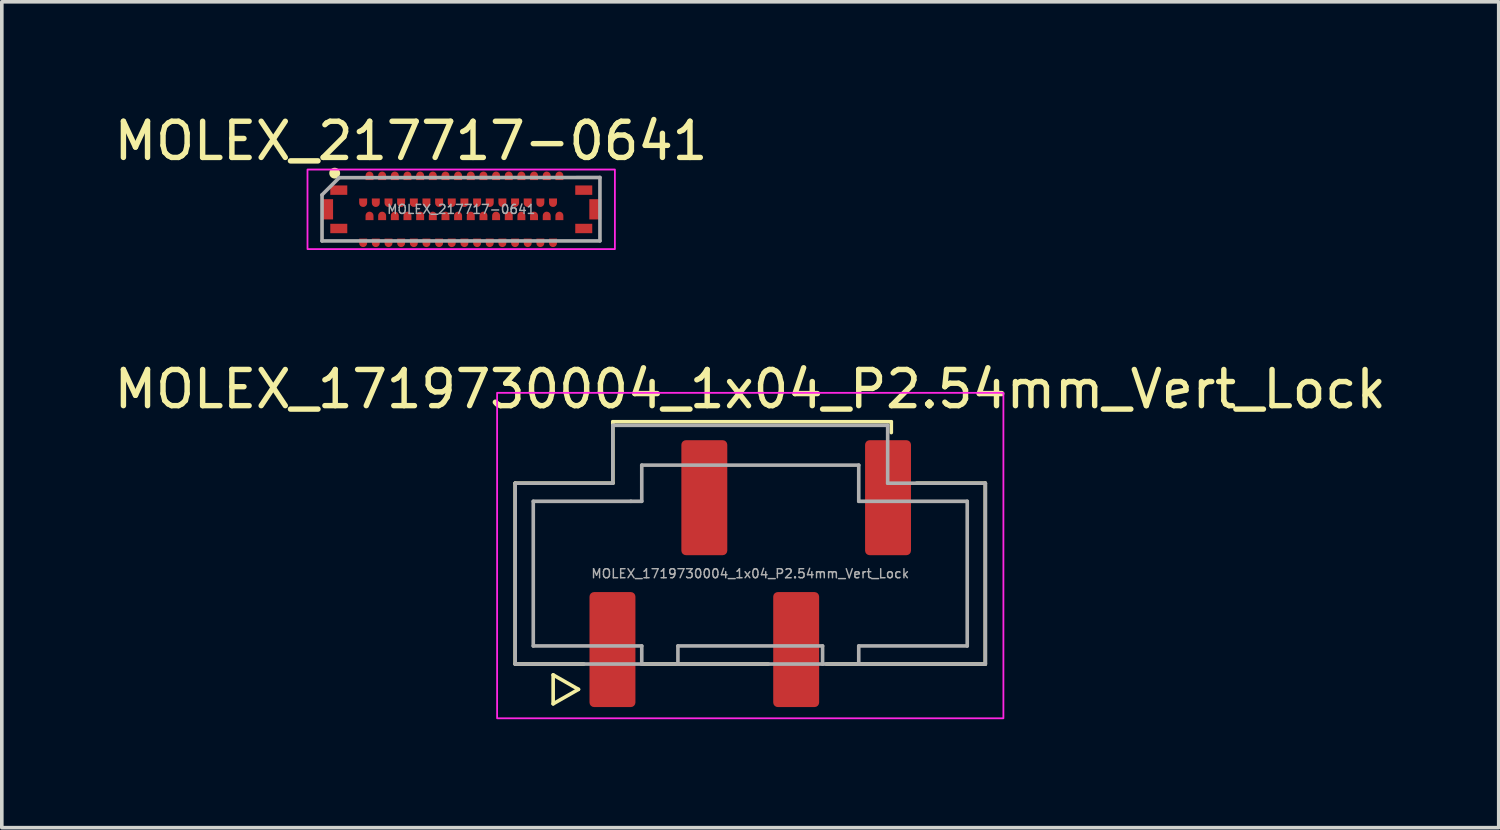
<source format=kicad_pcb>
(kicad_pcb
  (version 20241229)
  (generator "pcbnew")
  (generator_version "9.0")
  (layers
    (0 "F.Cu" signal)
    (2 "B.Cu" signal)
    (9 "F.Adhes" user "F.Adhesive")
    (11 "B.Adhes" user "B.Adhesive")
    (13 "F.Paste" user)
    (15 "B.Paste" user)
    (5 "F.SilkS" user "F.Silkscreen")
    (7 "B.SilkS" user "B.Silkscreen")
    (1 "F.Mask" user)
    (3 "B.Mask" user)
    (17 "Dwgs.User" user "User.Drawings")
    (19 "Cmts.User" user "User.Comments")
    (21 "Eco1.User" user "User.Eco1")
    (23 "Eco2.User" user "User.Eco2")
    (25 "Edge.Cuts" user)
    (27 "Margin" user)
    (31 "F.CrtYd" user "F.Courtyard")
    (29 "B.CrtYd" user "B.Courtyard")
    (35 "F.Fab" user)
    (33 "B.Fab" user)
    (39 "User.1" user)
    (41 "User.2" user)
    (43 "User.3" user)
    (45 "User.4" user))
  (footprint "MOLEX_1719730004_1x04_P2.54mm_Vert_Lock"
    (layer "F.Cu")
    (at 17.696 12.812)
    (property "Reference" "MOLEX_1719730004_1x04_P2.54mm_Vert_Lock" (at 0 -5.1 0) (unlocked yes) (layer "F.SilkS") (effects (font (size 1 1) (thickness 0.15))))
    (attr smd)
    (fp_line (start -6.5 -2.5) (end -3.8 -2.5) (stroke (width 0.1) (type default)) (layer "F.SilkS"))
    (fp_line (start -6.5 2.5) (end -6.5 -2.5) (stroke (width 0.1) (type default)) (layer "F.SilkS"))
    (fp_line (start -6.5 2.5) (end -4.6 2.5) (stroke (width 0.1) (type default)) (layer "F.SilkS"))
    (fp_line (start -5.45 2.8) (end -5.45 3.6) (stroke (width 0.1) (type default)) (layer "F.SilkS"))
    (fp_line (start -5.45 3.6) (end -4.75 3.2) (stroke (width 0.1) (type default)) (layer "F.SilkS"))
    (fp_line (start -4.75 3.2) (end -5.45 2.8) (stroke (width 0.1) (type default)) (layer "F.SilkS"))
    (fp_line (start -3.8 -4.2) (end 3.9 -4.2) (stroke (width 0.1) (type default)) (layer "F.SilkS"))
    (fp_line (start -3.8 -4.1) (end -3.8 -4.2) (stroke (width 0.1) (type default)) (layer "F.SilkS"))
    (fp_line (start -3.8 -2.5) (end -3.8 -4.1) (stroke (width 0.1) (type default)) (layer "F.SilkS"))
    (fp_line (start -3 2.5) (end 0.5 2.5) (stroke (width 0.1) (type default)) (layer "F.SilkS"))
    (fp_line (start 2.1 2.5) (end 6.5 2.5) (stroke (width 0.1) (type default)) (layer "F.SilkS"))
    (fp_line (start 3.9 -4.2) (end 3.9 -3.9) (stroke (width 0.1) (type default)) (layer "F.SilkS"))
    (fp_line (start 4.6 -2.5) (end 6.5 -2.5) (stroke (width 0.1) (type default)) (layer "F.SilkS"))
    (fp_line (start 6.5 -2.5) (end 6.5 2.5) (stroke (width 0.1) (type default)) (layer "F.SilkS"))
    (fp_rect (start -7 4) (end 7 -5) (stroke (width 0.05) (type default)) (fill no) (layer "F.CrtYd"))
    (fp_line (start -6.5 -2.5) (end -3.8 -2.5) (stroke (width 0.1) (type default)) (layer "F.Fab"))
    (fp_line (start -6.5 2.5) (end -6.5 -2.5) (stroke (width 0.1) (type default)) (layer "F.Fab"))
    (fp_line (start -6 -2) (end -3.3 -2) (stroke (width 0.1) (type default)) (layer "F.Fab"))
    (fp_line (start -6 2) (end -6 -2) (stroke (width 0.1) (type default)) (layer "F.Fab"))
    (fp_line (start -6 2) (end -3 2) (stroke (width 0.1) (type default)) (layer "F.Fab"))
    (fp_line (start -3.8 -4.1) (end 3.8 -4.1) (stroke (width 0.1) (type default)) (layer "F.Fab"))
    (fp_line (start -3.8 -2.5) (end -3.8 -4.1) (stroke (width 0.1) (type default)) (layer "F.Fab"))
    (fp_line (start -3.3 -2) (end -3 -2) (stroke (width 0.1) (type default)) (layer "F.Fab"))
    (fp_line (start -3 -3) (end 3 -3) (stroke (width 0.1) (type default)) (layer "F.Fab"))
    (fp_line (start -3 -2) (end -3 -3) (stroke (width 0.1) (type default)) (layer "F.Fab"))
    (fp_line (start -3 2) (end -3 2.5) (stroke (width 0.1) (type default)) (layer "F.Fab"))
    (fp_line (start -3 2.5) (end -6.5 2.5) (stroke (width 0.1) (type default)) (layer "F.Fab"))
    (fp_line (start -3 2.5) (end -2 2.5) (stroke (width 0.1) (type default)) (layer "F.Fab"))
    (fp_line (start -2 2) (end -2 2.5) (stroke (width 0.1) (type default)) (layer "F.Fab"))
    (fp_line (start -2 2.5) (end 2 2.5) (stroke (width 0.1) (type default)) (layer "F.Fab"))
    (fp_line (start 2 2) (end -2 2) (stroke (width 0.1) (type default)) (layer "F.Fab"))
    (fp_line (start 2 2.5) (end 2 2) (stroke (width 0.1) (type default)) (layer "F.Fab"))
    (fp_line (start 2 2.5) (end 3 2.5) (stroke (width 0.1) (type default)) (layer "F.Fab"))
    (fp_line (start 3 -3) (end 3 -2) (stroke (width 0.1) (type default)) (layer "F.Fab"))
    (fp_line (start 3 -2) (end 6 -2) (stroke (width 0.1) (type default)) (layer "F.Fab"))
    (fp_line (start 3 2) (end 3 2.5) (stroke (width 0.1) (type default)) (layer "F.Fab"))
    (fp_line (start 3 2) (end 6 2) (stroke (width 0.1) (type default)) (layer "F.Fab"))
    (fp_line (start 3 2.5) (end 6.5 2.5) (stroke (width 0.1) (type default)) (layer "F.Fab"))
    (fp_line (start 3.8 -4.1) (end 3.8 -2.5) (stroke (width 0.1) (type default)) (layer "F.Fab"))
    (fp_line (start 3.8 -2.5) (end 6.5 -2.5) (stroke (width 0.1) (type default)) (layer "F.Fab"))
    (fp_line (start 6 -2) (end 6 2) (stroke (width 0.1) (type default)) (layer "F.Fab"))
    (fp_line (start 6.5 -2.5) (end 6.5 2.5) (stroke (width 0.1) (type default)) (layer "F.Fab"))
    (fp_text user "${REFERENCE}" (at 0 0 0) (unlocked yes) (layer "F.Fab") (effects (font (size 0.25 0.25) (thickness 0.04))))
    (pad "1" smd roundrect (at -3.81 2.1) (size 1.27 3.18) (layers "F.Cu" "F.Mask" "F.Paste") (roundrect_rratio 0.1))
    (pad "2" smd roundrect (at -1.27 -2.1) (size 1.27 3.18) (layers "F.Cu" "F.Mask" "F.Paste") (roundrect_rratio 0.1))
    (pad "3" smd roundrect (at 1.27 2.1) (size 1.27 3.18) (layers "F.Cu" "F.Mask" "F.Paste") (roundrect_rratio 0.1))
    (pad "4" smd roundrect (at 3.81 -2.1) (size 1.27 3.18) (layers "F.Cu" "F.Mask" "F.Paste") (roundrect_rratio 0.1)))
  (footprint "MOLEX_217717-0641"
    (layer "F.Cu")
    (at 9.703 2.738)
    (property "Reference" "MOLEX_217717-0641" (at -1.388 -1.89 0) (unlocked yes) (layer "F.SilkS") (effects (font (size 1 1) (thickness 0.15))))
    (attr smd)
    (fp_circle (center -3.498 -1) (end -3.348 -1) (stroke (width 0) (type solid)) (fill yes) (layer "F.SilkS"))
    (fp_rect (start -3.573 0.28) (end -3.873 -0.28) (stroke (width 0) (type solid)) (fill yes) (layer "F.Paste"))
    (fp_rect (start 3.557 -0.28) (end 3.857 0.28) (stroke (width 0) (type solid)) (fill yes) (layer "F.Paste"))
    (fp_rect (start 4.25 1.1) (end -4.25 -1.1) (stroke (width 0.05) (type solid)) (fill no) (layer "F.CrtYd"))
    (fp_line (start -3.848 -0.4) (end -3.848 0.875) (stroke (width 0.1) (type default)) (layer "F.Fab"))
    (fp_line (start -3.848 0.875) (end 3.837 0.875) (stroke (width 0.1) (type default)) (layer "F.Fab"))
    (fp_line (start -3.373 -0.875) (end -3.848 -0.4) (stroke (width 0.1) (type default)) (layer "F.Fab"))
    (fp_line (start 3.837 -0.88) (end -3.373 -0.875) (stroke (width 0.1) (type default)) (layer "F.Fab"))
    (fp_line (start 3.837 0.87) (end 3.837 -0.88) (stroke (width 0.1) (type default)) (layer "F.Fab"))
    (fp_text user "${REFERENCE}" (at 0 0 0) (unlocked yes) (layer "F.Fab") (effects (font (size 0.25 0.25) (thickness 0.04))))
    (pad "1" smd roundrect (at -2.711 -0.182) (size 0.22 0.235) (layers "F.Cu" "F.Mask" "F.Paste") (roundrect_rratio 0.5) (chamfer_ratio 0) (chamfer top_left top_right))
    (pad "2" smd roundrect (at -2.535 -0.927 180) (size 0.22 0.235) (layers "F.Cu" "F.Mask" "F.Paste") (roundrect_rratio 0.5) (chamfer_ratio 0) (chamfer top_left top_right))
    (pad "3" smd roundrect (at -2.361 -0.182) (size 0.22 0.235) (layers "F.Cu" "F.Mask" "F.Paste") (roundrect_rratio 0.5) (chamfer_ratio 0) (chamfer top_left top_right))
    (pad "4" smd roundrect (at -2.186 -0.927 180) (size 0.22 0.235) (layers "F.Cu" "F.Mask" "F.Paste") (roundrect_rratio 0.5) (chamfer_ratio 0) (chamfer top_left top_right))
    (pad "5" smd roundrect (at -2.01 -0.182) (size 0.22 0.235) (layers "F.Cu" "F.Mask" "F.Paste") (roundrect_rratio 0.5) (chamfer_ratio 0) (chamfer top_left top_right))
    (pad "6" smd roundrect (at -1.835 -0.927 180) (size 0.22 0.235) (layers "F.Cu" "F.Mask" "F.Paste") (roundrect_rratio 0.5) (chamfer_ratio 0) (chamfer top_left top_right))
    (pad "7" smd roundrect (at -1.661 -0.182) (size 0.22 0.235) (layers "F.Cu" "F.Mask" "F.Paste") (roundrect_rratio 0.5) (chamfer_ratio 0) (chamfer top_left top_right))
    (pad "8" smd roundrect (at -1.486 -0.927 180) (size 0.22 0.235) (layers "F.Cu" "F.Mask" "F.Paste") (roundrect_rratio 0.5) (chamfer_ratio 0) (chamfer top_left top_right))
    (pad "9" smd roundrect (at -1.31 -0.182) (size 0.22 0.235) (layers "F.Cu" "F.Mask" "F.Paste") (roundrect_rratio 0.5) (chamfer_ratio 0) (chamfer top_left top_right))
    (pad "10" smd roundrect (at -1.135 -0.927 180) (size 0.22 0.235) (layers "F.Cu" "F.Mask" "F.Paste") (roundrect_rratio 0.5) (chamfer_ratio 0) (chamfer top_left top_right))
    (pad "11" smd roundrect (at -0.961 -0.182) (size 0.22 0.235) (layers "F.Cu" "F.Mask" "F.Paste") (roundrect_rratio 0.5) (chamfer_ratio 0) (chamfer top_left top_right))
    (pad "12" smd roundrect (at -0.785 -0.927 180) (size 0.22 0.235) (layers "F.Cu" "F.Mask" "F.Paste") (roundrect_rratio 0.5) (chamfer_ratio 0) (chamfer top_left top_right))
    (pad "13" smd roundrect (at -0.611 -0.182) (size 0.22 0.235) (layers "F.Cu" "F.Mask" "F.Paste") (roundrect_rratio 0.5) (chamfer_ratio 0) (chamfer top_left top_right))
    (pad "14" smd roundrect (at -0.435 -0.927 180) (size 0.22 0.235) (layers "F.Cu" "F.Mask" "F.Paste") (roundrect_rratio 0.5) (chamfer_ratio 0) (chamfer top_left top_right))
    (pad "15" smd roundrect (at -0.261 -0.182) (size 0.22 0.235) (layers "F.Cu" "F.Mask" "F.Paste") (roundrect_rratio 0.5) (chamfer_ratio 0) (chamfer top_left top_right))
    (pad "16" smd roundrect (at -0.086 -0.927 180) (size 0.22 0.235) (layers "F.Cu" "F.Mask" "F.Paste") (roundrect_rratio 0.5) (chamfer_ratio 0) (chamfer top_left top_right))
    (pad "17" smd roundrect (at 0.089 -0.182) (size 0.22 0.235) (layers "F.Cu" "F.Mask" "F.Paste") (roundrect_rratio 0.5) (chamfer_ratio 0) (chamfer top_left top_right))
    (pad "18" smd roundrect (at 0.265 -0.927 180) (size 0.22 0.235) (layers "F.Cu" "F.Mask" "F.Paste") (roundrect_rratio 0.5) (chamfer_ratio 0) (chamfer top_left top_right))
    (pad "19" smd roundrect (at 0.44 -0.182) (size 0.22 0.235) (layers "F.Cu" "F.Mask" "F.Paste") (roundrect_rratio 0.5) (chamfer_ratio 0) (chamfer top_left top_right))
    (pad "20" smd roundrect (at 0.615 -0.927 180) (size 0.22 0.235) (layers "F.Cu" "F.Mask" "F.Paste") (roundrect_rratio 0.5) (chamfer_ratio 0) (chamfer top_left top_right))
    (pad "21" smd roundrect (at 0.789 -0.182) (size 0.22 0.235) (layers "F.Cu" "F.Mask" "F.Paste") (roundrect_rratio 0.5) (chamfer_ratio 0) (chamfer top_left top_right))
    (pad "22" smd roundrect (at 0.965 -0.927 180) (size 0.22 0.235) (layers "F.Cu" "F.Mask" "F.Paste") (roundrect_rratio 0.5) (chamfer_ratio 0) (chamfer top_left top_right))
    (pad "23" smd roundrect (at 1.139 -0.182) (size 0.22 0.235) (layers "F.Cu" "F.Mask" "F.Paste") (roundrect_rratio 0.5) (chamfer_ratio 0) (chamfer top_left top_right))
    (pad "24" smd roundrect (at 1.315 -0.927 180) (size 0.22 0.235) (layers "F.Cu" "F.Mask" "F.Paste") (roundrect_rratio 0.5) (chamfer_ratio 0) (chamfer top_left top_right))
    (pad "25" smd roundrect (at 1.49 -0.182) (size 0.22 0.235) (layers "F.Cu" "F.Mask" "F.Paste") (roundrect_rratio 0.5) (chamfer_ratio 0) (chamfer top_left top_right))
    (pad "26" smd roundrect (at 1.665 -0.927 180) (size 0.22 0.235) (layers "F.Cu" "F.Mask" "F.Paste") (roundrect_rratio 0.5) (chamfer_ratio 0) (chamfer top_left top_right))
    (pad "27" smd roundrect (at 1.839 -0.182) (size 0.22 0.235) (layers "F.Cu" "F.Mask" "F.Paste") (roundrect_rratio 0.5) (chamfer_ratio 0) (chamfer top_left top_right))
    (pad "28" smd roundrect (at 2.014 -0.927 180) (size 0.22 0.235) (layers "F.Cu" "F.Mask" "F.Paste") (roundrect_rratio 0.5) (chamfer_ratio 0) (chamfer top_left top_right))
    (pad "29" smd roundrect (at 2.189 -0.182) (size 0.22 0.235) (layers "F.Cu" "F.Mask" "F.Paste") (roundrect_rratio 0.5) (chamfer_ratio 0) (chamfer top_left top_right))
    (pad "30" smd roundrect (at 2.365 -0.927 180) (size 0.22 0.235) (layers "F.Cu" "F.Mask" "F.Paste") (roundrect_rratio 0.5) (chamfer_ratio 0) (chamfer top_left top_right))
    (pad "31" smd roundrect (at 2.539 -0.182) (size 0.22 0.235) (layers "F.Cu" "F.Mask" "F.Paste") (roundrect_rratio 0.5) (chamfer_ratio 0) (chamfer top_left top_right))
    (pad "32" smd roundrect (at 2.715 -0.927 180) (size 0.22 0.235) (layers "F.Cu" "F.Mask" "F.Paste") (roundrect_rratio 0.5) (chamfer_ratio 0) (chamfer top_left top_right))
    (pad "33" smd roundrect (at -2.711 0.927) (size 0.22 0.235) (layers "F.Cu" "F.Mask" "F.Paste") (roundrect_rratio 0.5) (chamfer_ratio 0) (chamfer top_left top_right))
    (pad "34" smd roundrect (at -2.535 0.182 180) (size 0.22 0.235) (layers "F.Cu" "F.Mask" "F.Paste") (roundrect_rratio 0.5) (chamfer_ratio 0) (chamfer top_left top_right))
    (pad "35" smd roundrect (at -2.361 0.927) (size 0.22 0.235) (layers "F.Cu" "F.Mask" "F.Paste") (roundrect_rratio 0.5) (chamfer_ratio 0) (chamfer top_left top_right))
    (pad "36" smd roundrect (at -2.186 0.182 180) (size 0.22 0.235) (layers "F.Cu" "F.Mask" "F.Paste") (roundrect_rratio 0.5) (chamfer_ratio 0) (chamfer top_left top_right))
    (pad "37" smd roundrect (at -2.01 0.927) (size 0.22 0.235) (layers "F.Cu" "F.Mask" "F.Paste") (roundrect_rratio 0.5) (chamfer_ratio 0) (chamfer top_left top_right))
    (pad "38" smd roundrect (at -1.835 0.182 180) (size 0.22 0.235) (layers "F.Cu" "F.Mask" "F.Paste") (roundrect_rratio 0.5) (chamfer_ratio 0) (chamfer top_left top_right))
    (pad "39" smd roundrect (at -1.661 0.927) (size 0.22 0.235) (layers "F.Cu" "F.Mask" "F.Paste") (roundrect_rratio 0.5) (chamfer_ratio 0) (chamfer top_left top_right))
    (pad "40" smd roundrect (at -1.486 0.182 180) (size 0.22 0.235) (layers "F.Cu" "F.Mask" "F.Paste") (roundrect_rratio 0.5) (chamfer_ratio 0) (chamfer top_left top_right))
    (pad "41" smd roundrect (at -1.31 0.927) (size 0.22 0.235) (layers "F.Cu" "F.Mask" "F.Paste") (roundrect_rratio 0.5) (chamfer_ratio 0) (chamfer top_left top_right))
    (pad "42" smd roundrect (at -1.135 0.182 180) (size 0.22 0.235) (layers "F.Cu" "F.Mask" "F.Paste") (roundrect_rratio 0.5) (chamfer_ratio 0) (chamfer top_left top_right))
    (pad "43" smd roundrect (at -0.961 0.927) (size 0.22 0.235) (layers "F.Cu" "F.Mask" "F.Paste") (roundrect_rratio 0.5) (chamfer_ratio 0) (chamfer top_left top_right))
    (pad "44" smd roundrect (at -0.785 0.182 180) (size 0.22 0.235) (layers "F.Cu" "F.Mask" "F.Paste") (roundrect_rratio 0.5) (chamfer_ratio 0) (chamfer top_left top_right))
    (pad "45" smd roundrect (at -0.611 0.927) (size 0.22 0.235) (layers "F.Cu" "F.Mask" "F.Paste") (roundrect_rratio 0.5) (chamfer_ratio 0) (chamfer top_left top_right))
    (pad "46" smd roundrect (at -0.435 0.182 180) (size 0.22 0.235) (layers "F.Cu" "F.Mask" "F.Paste") (roundrect_rratio 0.5) (chamfer_ratio 0) (chamfer top_left top_right))
    (pad "47" smd roundrect (at -0.261 0.927) (size 0.22 0.235) (layers "F.Cu" "F.Mask" "F.Paste") (roundrect_rratio 0.5) (chamfer_ratio 0) (chamfer top_left top_right))
    (pad "48" smd roundrect (at -0.086 0.182 180) (size 0.22 0.235) (layers "F.Cu" "F.Mask" "F.Paste") (roundrect_rratio 0.5) (chamfer_ratio 0) (chamfer top_left top_right))
    (pad "49" smd roundrect (at 0.089 0.927) (size 0.22 0.235) (layers "F.Cu" "F.Mask" "F.Paste") (roundrect_rratio 0.5) (chamfer_ratio 0) (chamfer top_left top_right))
    (pad "50" smd roundrect (at 0.265 0.182 180) (size 0.22 0.235) (layers "F.Cu" "F.Mask" "F.Paste") (roundrect_rratio 0.5) (chamfer_ratio 0) (chamfer top_left top_right))
    (pad "51" smd roundrect (at 0.44 0.927) (size 0.22 0.235) (layers "F.Cu" "F.Mask" "F.Paste") (roundrect_rratio 0.5) (chamfer_ratio 0) (chamfer top_left top_right))
    (pad "52" smd roundrect (at 0.615 0.182 180) (size 0.22 0.235) (layers "F.Cu" "F.Mask" "F.Paste") (roundrect_rratio 0.5) (chamfer_ratio 0) (chamfer top_left top_right))
    (pad "53" smd roundrect (at 0.789 0.927) (size 0.22 0.235) (layers "F.Cu" "F.Mask" "F.Paste") (roundrect_rratio 0.5) (chamfer_ratio 0) (chamfer top_left top_right))
    (pad "54" smd roundrect (at 0.965 0.182 180) (size 0.22 0.235) (layers "F.Cu" "F.Mask" "F.Paste") (roundrect_rratio 0.5) (chamfer_ratio 0) (chamfer top_left top_right))
    (pad "55" smd roundrect (at 1.139 0.927) (size 0.22 0.235) (layers "F.Cu" "F.Mask" "F.Paste") (roundrect_rratio 0.5) (chamfer_ratio 0) (chamfer top_left top_right))
    (pad "56" smd roundrect (at 1.315 0.182 180) (size 0.22 0.235) (layers "F.Cu" "F.Mask" "F.Paste") (roundrect_rratio 0.5) (chamfer_ratio 0) (chamfer top_left top_right))
    (pad "57" smd roundrect (at 1.49 0.927) (size 0.22 0.235) (layers "F.Cu" "F.Mask" "F.Paste") (roundrect_rratio 0.5) (chamfer_ratio 0) (chamfer top_left top_right))
    (pad "58" smd roundrect (at 1.665 0.182 180) (size 0.22 0.235) (layers "F.Cu" "F.Mask" "F.Paste") (roundrect_rratio 0.5) (chamfer_ratio 0) (chamfer top_left top_right))
    (pad "59" smd roundrect (at 1.839 0.927) (size 0.22 0.235) (layers "F.Cu" "F.Mask" "F.Paste") (roundrect_rratio 0.5) (chamfer_ratio 0) (chamfer top_left top_right))
    (pad "60" smd roundrect (at 2.014 0.182 180) (size 0.22 0.235) (layers "F.Cu" "F.Mask" "F.Paste") (roundrect_rratio 0.5) (chamfer_ratio 0) (chamfer top_left top_right))
    (pad "61" smd roundrect (at 2.189 0.927) (size 0.22 0.235) (layers "F.Cu" "F.Mask" "F.Paste") (roundrect_rratio 0.5) (chamfer_ratio 0) (chamfer top_left top_right))
    (pad "62" smd roundrect (at 2.365 0.182 180) (size 0.22 0.235) (layers "F.Cu" "F.Mask" "F.Paste") (roundrect_rratio 0.5) (chamfer_ratio 0) (chamfer top_left top_right))
    (pad "63" smd roundrect (at 2.539 0.927) (size 0.22 0.235) (layers "F.Cu" "F.Mask" "F.Paste") (roundrect_rratio 0.5) (chamfer_ratio 0) (chamfer top_left top_right))
    (pad "64" smd roundrect (at 2.715 0.182 180) (size 0.22 0.235) (layers "F.Cu" "F.Mask" "F.Paste") (roundrect_rratio 0.5) (chamfer_ratio 0) (chamfer top_left top_right))
    (pad "MP1" smd rect (at -3.708 0 90) (size 0.56 0.33) (layers "F.Cu" "F.Mask"))
    (pad "MP1" smd rect (at -3.385 -0.53) (size 0.47 0.26) (layers "F.Cu" "F.Mask" "F.Paste"))
    (pad "MP1" smd rect (at -3.385 0.53) (size 0.47 0.26) (layers "F.Cu" "F.Mask" "F.Paste"))
    (pad "MP2" smd rect (at 3.389 -0.53) (size 0.47 0.26) (layers "F.Cu" "F.Mask" "F.Paste"))
    (pad "MP2" smd rect (at 3.389 0.53) (size 0.47 0.26) (layers "F.Cu" "F.Mask" "F.Paste"))
    (pad "MP2" smd rect (at 3.708 0 90) (size 0.56 0.33) (layers "F.Cu" "F.Mask")))
  (gr_rect
    (start -3 -3)
    (end 38.393 19.837)
    (stroke (width 0.1) (type default))
    (fill no)
    (layer "Edge.Cuts")))
</source>
